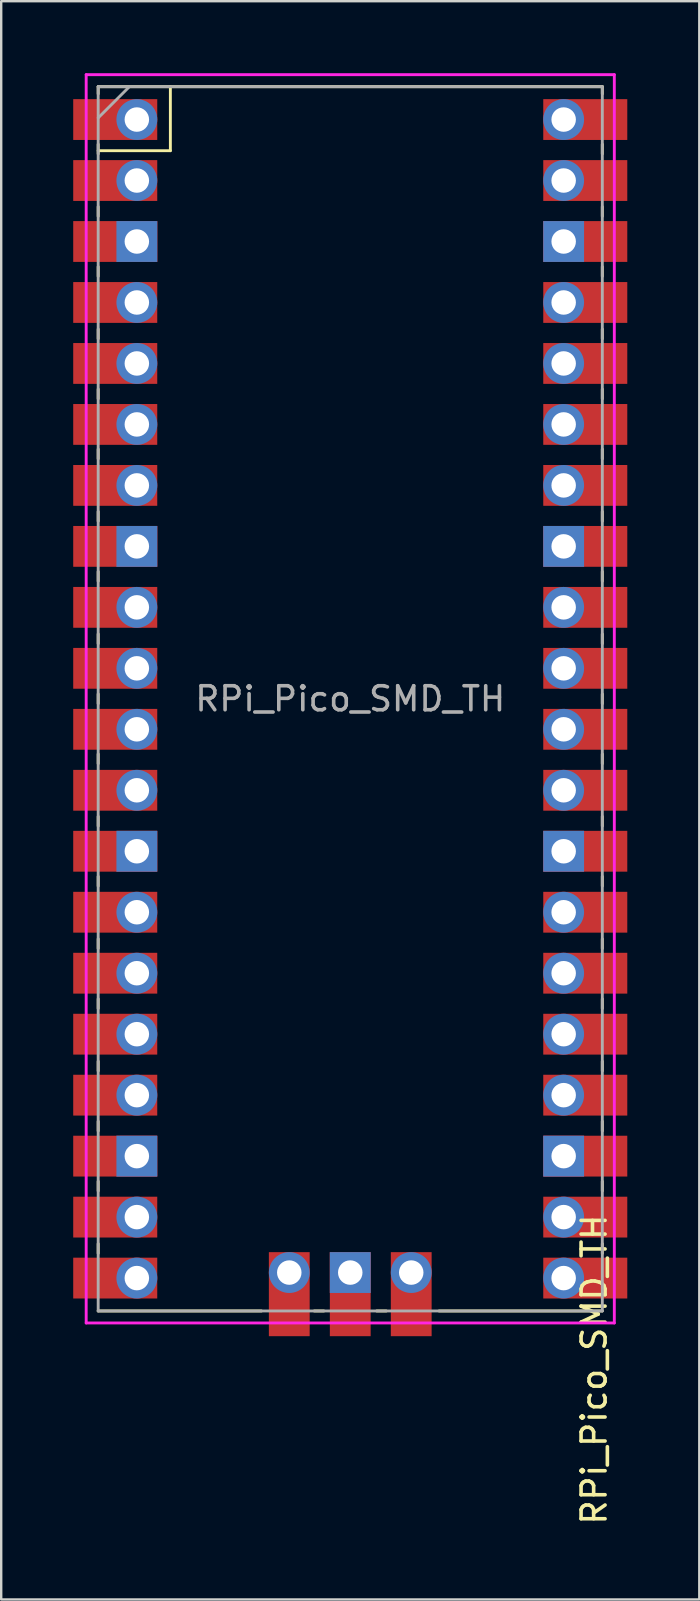
<source format=kicad_pcb>
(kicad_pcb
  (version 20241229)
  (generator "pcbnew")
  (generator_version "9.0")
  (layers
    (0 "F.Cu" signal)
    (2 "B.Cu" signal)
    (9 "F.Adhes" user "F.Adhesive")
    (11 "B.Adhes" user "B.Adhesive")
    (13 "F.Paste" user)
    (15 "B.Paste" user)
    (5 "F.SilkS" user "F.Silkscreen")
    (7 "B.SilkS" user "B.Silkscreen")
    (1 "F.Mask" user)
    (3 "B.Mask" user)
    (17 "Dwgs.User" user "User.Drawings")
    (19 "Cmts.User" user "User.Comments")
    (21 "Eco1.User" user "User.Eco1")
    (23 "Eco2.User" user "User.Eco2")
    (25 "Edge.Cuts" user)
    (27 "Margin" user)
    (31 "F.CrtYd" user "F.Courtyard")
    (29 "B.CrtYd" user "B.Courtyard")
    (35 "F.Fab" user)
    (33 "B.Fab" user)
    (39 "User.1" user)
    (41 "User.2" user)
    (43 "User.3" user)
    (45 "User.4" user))
  (footprint "RPi_Pico_SMD_TH"
    (layer "F.Cu")
    (at 11.54 26.06)
    (property "Reference" "RPi_Pico_SMD_TH" (at 10.16 27.94 90) (layer "F.SilkS") (effects (font (size 1 1) (thickness 0.15))))
    (attr through_hole)
    (fp_line (start -10.5 -25.5) (end -10.5 -25.2) (stroke (width 0.12) (type solid)) (layer "F.SilkS"))
    (fp_line (start -10.5 -25.5) (end 10.5 -25.5) (stroke (width 0.12) (type solid)) (layer "F.SilkS"))
    (fp_line (start -10.5 -23.1) (end -10.5 -22.7) (stroke (width 0.12) (type solid)) (layer "F.SilkS"))
    (fp_line (start -10.5 -22.833) (end -7.493 -22.833) (stroke (width 0.12) (type solid)) (layer "F.SilkS"))
    (fp_line (start -10.5 -20.5) (end -10.5 -20.1) (stroke (width 0.12) (type solid)) (layer "F.SilkS"))
    (fp_line (start -10.5 -18) (end -10.5 -17.6) (stroke (width 0.12) (type solid)) (layer "F.SilkS"))
    (fp_line (start -10.5 -15.4) (end -10.5 -15) (stroke (width 0.12) (type solid)) (layer "F.SilkS"))
    (fp_line (start -10.5 -12.9) (end -10.5 -12.5) (stroke (width 0.12) (type solid)) (layer "F.SilkS"))
    (fp_line (start -10.5 -10.4) (end -10.5 -10) (stroke (width 0.12) (type solid)) (layer "F.SilkS"))
    (fp_line (start -10.5 -7.8) (end -10.5 -7.4) (stroke (width 0.12) (type solid)) (layer "F.SilkS"))
    (fp_line (start -10.5 -5.3) (end -10.5 -4.9) (stroke (width 0.12) (type solid)) (layer "F.SilkS"))
    (fp_line (start -10.5 -2.7) (end -10.5 -2.3) (stroke (width 0.12) (type solid)) (layer "F.SilkS"))
    (fp_line (start -10.5 -0.2) (end -10.5 0.2) (stroke (width 0.12) (type solid)) (layer "F.SilkS"))
    (fp_line (start -10.5 2.3) (end -10.5 2.7) (stroke (width 0.12) (type solid)) (layer "F.SilkS"))
    (fp_line (start -10.5 4.9) (end -10.5 5.3) (stroke (width 0.12) (type solid)) (layer "F.SilkS"))
    (fp_line (start -10.5 7.4) (end -10.5 7.8) (stroke (width 0.12) (type solid)) (layer "F.SilkS"))
    (fp_line (start -10.5 10) (end -10.5 10.4) (stroke (width 0.12) (type solid)) (layer "F.SilkS"))
    (fp_line (start -10.5 12.5) (end -10.5 12.9) (stroke (width 0.12) (type solid)) (layer "F.SilkS"))
    (fp_line (start -10.5 15.1) (end -10.5 15.5) (stroke (width 0.12) (type solid)) (layer "F.SilkS"))
    (fp_line (start -10.5 17.6) (end -10.5 18) (stroke (width 0.12) (type solid)) (layer "F.SilkS"))
    (fp_line (start -10.5 20.1) (end -10.5 20.5) (stroke (width 0.12) (type solid)) (layer "F.SilkS"))
    (fp_line (start -10.5 22.7) (end -10.5 23.1) (stroke (width 0.12) (type solid)) (layer "F.SilkS"))
    (fp_line (start -7.493 -22.833) (end -7.493 -25.5) (stroke (width 0.12) (type solid)) (layer "F.SilkS"))
    (fp_line (start -3.7 25.5) (end -10.5 25.5) (stroke (width 0.12) (type solid)) (layer "F.SilkS"))
    (fp_line (start -1.5 25.5) (end -1.1 25.5) (stroke (width 0.12) (type solid)) (layer "F.SilkS"))
    (fp_line (start 1.1 25.5) (end 1.5 25.5) (stroke (width 0.12) (type solid)) (layer "F.SilkS"))
    (fp_line (start 10.5 -25.5) (end 10.5 -25.2) (stroke (width 0.12) (type solid)) (layer "F.SilkS"))
    (fp_line (start 10.5 -23.1) (end 10.5 -22.7) (stroke (width 0.12) (type solid)) (layer "F.SilkS"))
    (fp_line (start 10.5 -20.5) (end 10.5 -20.1) (stroke (width 0.12) (type solid)) (layer "F.SilkS"))
    (fp_line (start 10.5 -18) (end 10.5 -17.6) (stroke (width 0.12) (type solid)) (layer "F.SilkS"))
    (fp_line (start 10.5 -15.4) (end 10.5 -15) (stroke (width 0.12) (type solid)) (layer "F.SilkS"))
    (fp_line (start 10.5 -12.9) (end 10.5 -12.5) (stroke (width 0.12) (type solid)) (layer "F.SilkS"))
    (fp_line (start 10.5 -10.4) (end 10.5 -10) (stroke (width 0.12) (type solid)) (layer "F.SilkS"))
    (fp_line (start 10.5 -7.8) (end 10.5 -7.4) (stroke (width 0.12) (type solid)) (layer "F.SilkS"))
    (fp_line (start 10.5 -5.3) (end 10.5 -4.9) (stroke (width 0.12) (type solid)) (layer "F.SilkS"))
    (fp_line (start 10.5 -2.7) (end 10.5 -2.3) (stroke (width 0.12) (type solid)) (layer "F.SilkS"))
    (fp_line (start 10.5 -0.2) (end 10.5 0.2) (stroke (width 0.12) (type solid)) (layer "F.SilkS"))
    (fp_line (start 10.5 2.3) (end 10.5 2.7) (stroke (width 0.12) (type solid)) (layer "F.SilkS"))
    (fp_line (start 10.5 4.9) (end 10.5 5.3) (stroke (width 0.12) (type solid)) (layer "F.SilkS"))
    (fp_line (start 10.5 7.4) (end 10.5 7.8) (stroke (width 0.12) (type solid)) (layer "F.SilkS"))
    (fp_line (start 10.5 10) (end 10.5 10.4) (stroke (width 0.12) (type solid)) (layer "F.SilkS"))
    (fp_line (start 10.5 12.5) (end 10.5 12.9) (stroke (width 0.12) (type solid)) (layer "F.SilkS"))
    (fp_line (start 10.5 15.1) (end 10.5 15.5) (stroke (width 0.12) (type solid)) (layer "F.SilkS"))
    (fp_line (start 10.5 17.6) (end 10.5 18) (stroke (width 0.12) (type solid)) (layer "F.SilkS"))
    (fp_line (start 10.5 20.1) (end 10.5 20.5) (stroke (width 0.12) (type solid)) (layer "F.SilkS"))
    (fp_line (start 10.5 22.7) (end 10.5 23.1) (stroke (width 0.12) (type solid)) (layer "F.SilkS"))
    (fp_line (start 10.5 25.5) (end 3.7 25.5) (stroke (width 0.12) (type solid)) (layer "F.SilkS"))
    (fp_line (start -11 -26) (end 11 -26) (stroke (width 0.12) (type solid)) (layer "F.CrtYd"))
    (fp_line (start -11 26) (end -11 -26) (stroke (width 0.12) (type solid)) (layer "F.CrtYd"))
    (fp_line (start 11 -26) (end 11 26) (stroke (width 0.12) (type solid)) (layer "F.CrtYd"))
    (fp_line (start 11 26) (end -11 26) (stroke (width 0.12) (type solid)) (layer "F.CrtYd"))
    (fp_line (start -10.5 -25.5) (end 10.5 -25.5) (stroke (width 0.12) (type solid)) (layer "F.Fab"))
    (fp_line (start -10.5 -24.2) (end -9.2 -25.5) (stroke (width 0.12) (type solid)) (layer "F.Fab"))
    (fp_line (start -10.5 25.5) (end -10.5 -25.5) (stroke (width 0.12) (type solid)) (layer "F.Fab"))
    (fp_line (start 10.5 -25.5) (end 10.5 25.5) (stroke (width 0.12) (type solid)) (layer "F.Fab"))
    (fp_line (start 10.5 25.5) (end -10.5 25.5) (stroke (width 0.12) (type solid)) (layer "F.Fab"))
    (fp_text user "${REFERENCE}" (at 0 0 180) (layer "F.Fab") (effects (font (size 1 1) (thickness 0.15))))
    (pad "1" thru_hole oval (at -8.89 -24.13) (size 1.7 1.7) (drill 1.02) (layers "*.Cu" "*.Mask"))
    (pad "1" smd rect (at -8.89 -24.13) (size 3.5 1.7) (drill (offset -0.9 0)) (layers "F.Cu" "F.Mask"))
    (pad "2" thru_hole oval (at -8.89 -21.59) (size 1.7 1.7) (drill 1.02) (layers "*.Cu" "*.Mask"))
    (pad "2" smd rect (at -8.89 -21.59) (size 3.5 1.7) (drill (offset -0.9 0)) (layers "F.Cu" "F.Mask"))
    (pad "3" thru_hole rect (at -8.89 -19.05) (size 1.7 1.7) (drill 1.02) (layers "*.Cu" "*.Mask"))
    (pad "3" smd rect (at -8.89 -19.05) (size 3.5 1.7) (drill (offset -0.9 0)) (layers "F.Cu" "F.Mask"))
    (pad "4" thru_hole oval (at -8.89 -16.51) (size 1.7 1.7) (drill 1.02) (layers "*.Cu" "*.Mask"))
    (pad "4" smd rect (at -8.89 -16.51) (size 3.5 1.7) (drill (offset -0.9 0)) (layers "F.Cu" "F.Mask"))
    (pad "5" thru_hole oval (at -8.89 -13.97) (size 1.7 1.7) (drill 1.02) (layers "*.Cu" "*.Mask"))
    (pad "5" smd rect (at -8.89 -13.97) (size 3.5 1.7) (drill (offset -0.9 0)) (layers "F.Cu" "F.Mask"))
    (pad "6" thru_hole oval (at -8.89 -11.43) (size 1.7 1.7) (drill 1.02) (layers "*.Cu" "*.Mask"))
    (pad "6" smd rect (at -8.89 -11.43) (size 3.5 1.7) (drill (offset -0.9 0)) (layers "F.Cu" "F.Mask"))
    (pad "7" thru_hole oval (at -8.89 -8.89) (size 1.7 1.7) (drill 1.02) (layers "*.Cu" "*.Mask"))
    (pad "7" smd rect (at -8.89 -8.89) (size 3.5 1.7) (drill (offset -0.9 0)) (layers "F.Cu" "F.Mask"))
    (pad "8" thru_hole rect (at -8.89 -6.35) (size 1.7 1.7) (drill 1.02) (layers "*.Cu" "*.Mask"))
    (pad "8" smd rect (at -8.89 -6.35) (size 3.5 1.7) (drill (offset -0.9 0)) (layers "F.Cu" "F.Mask"))
    (pad "9" thru_hole oval (at -8.89 -3.81) (size 1.7 1.7) (drill 1.02) (layers "*.Cu" "*.Mask"))
    (pad "9" smd rect (at -8.89 -3.81) (size 3.5 1.7) (drill (offset -0.9 0)) (layers "F.Cu" "F.Mask"))
    (pad "10" thru_hole oval (at -8.89 -1.27) (size 1.7 1.7) (drill 1.02) (layers "*.Cu" "*.Mask"))
    (pad "10" smd rect (at -8.89 -1.27) (size 3.5 1.7) (drill (offset -0.9 0)) (layers "F.Cu" "F.Mask"))
    (pad "11" thru_hole oval (at -8.89 1.27) (size 1.7 1.7) (drill 1.02) (layers "*.Cu" "*.Mask"))
    (pad "11" smd rect (at -8.89 1.27) (size 3.5 1.7) (drill (offset -0.9 0)) (layers "F.Cu" "F.Mask"))
    (pad "12" thru_hole oval (at -8.89 3.81) (size 1.7 1.7) (drill 1.02) (layers "*.Cu" "*.Mask"))
    (pad "12" smd rect (at -8.89 3.81) (size 3.5 1.7) (drill (offset -0.9 0)) (layers "F.Cu" "F.Mask"))
    (pad "13" thru_hole rect (at -8.89 6.35) (size 1.7 1.7) (drill 1.02) (layers "*.Cu" "*.Mask"))
    (pad "13" smd rect (at -8.89 6.35) (size 3.5 1.7) (drill (offset -0.9 0)) (layers "F.Cu" "F.Mask"))
    (pad "14" thru_hole oval (at -8.89 8.89) (size 1.7 1.7) (drill 1.02) (layers "*.Cu" "*.Mask"))
    (pad "14" smd rect (at -8.89 8.89) (size 3.5 1.7) (drill (offset -0.9 0)) (layers "F.Cu" "F.Mask"))
    (pad "15" thru_hole oval (at -8.89 11.43) (size 1.7 1.7) (drill 1.02) (layers "*.Cu" "*.Mask"))
    (pad "15" smd rect (at -8.89 11.43) (size 3.5 1.7) (drill (offset -0.9 0)) (layers "F.Cu" "F.Mask"))
    (pad "16" thru_hole oval (at -8.89 13.97) (size 1.7 1.7) (drill 1.02) (layers "*.Cu" "*.Mask"))
    (pad "16" smd rect (at -8.89 13.97) (size 3.5 1.7) (drill (offset -0.9 0)) (layers "F.Cu" "F.Mask"))
    (pad "17" thru_hole oval (at -8.89 16.51) (size 1.7 1.7) (drill 1.02) (layers "*.Cu" "*.Mask"))
    (pad "17" smd rect (at -8.89 16.51) (size 3.5 1.7) (drill (offset -0.9 0)) (layers "F.Cu" "F.Mask"))
    (pad "18" thru_hole rect (at -8.89 19.05) (size 1.7 1.7) (drill 1.02) (layers "*.Cu" "*.Mask"))
    (pad "18" smd rect (at -8.89 19.05) (size 3.5 1.7) (drill (offset -0.9 0)) (layers "F.Cu" "F.Mask"))
    (pad "19" thru_hole oval (at -8.89 21.59) (size 1.7 1.7) (drill 1.02) (layers "*.Cu" "*.Mask"))
    (pad "19" smd rect (at -8.89 21.59) (size 3.5 1.7) (drill (offset -0.9 0)) (layers "F.Cu" "F.Mask"))
    (pad "20" thru_hole oval (at -8.89 24.13) (size 1.7 1.7) (drill 1.02) (layers "*.Cu" "*.Mask"))
    (pad "20" smd rect (at -8.89 24.13) (size 3.5 1.7) (drill (offset -0.9 0)) (layers "F.Cu" "F.Mask"))
    (pad "21" thru_hole oval (at 8.89 24.13) (size 1.7 1.7) (drill 1.02) (layers "*.Cu" "*.Mask"))
    (pad "21" smd rect (at 8.89 24.13) (size 3.5 1.7) (drill (offset 0.9 0)) (layers "F.Cu" "F.Mask"))
    (pad "22" thru_hole oval (at 8.89 21.59) (size 1.7 1.7) (drill 1.02) (layers "*.Cu" "*.Mask"))
    (pad "22" smd rect (at 8.89 21.59) (size 3.5 1.7) (drill (offset 0.9 0)) (layers "F.Cu" "F.Mask"))
    (pad "23" thru_hole rect (at 8.89 19.05) (size 1.7 1.7) (drill 1.02) (layers "*.Cu" "*.Mask"))
    (pad "23" smd rect (at 8.89 19.05) (size 3.5 1.7) (drill (offset 0.9 0)) (layers "F.Cu" "F.Mask"))
    (pad "24" thru_hole oval (at 8.89 16.51) (size 1.7 1.7) (drill 1.02) (layers "*.Cu" "*.Mask"))
    (pad "24" smd rect (at 8.89 16.51) (size 3.5 1.7) (drill (offset 0.9 0)) (layers "F.Cu" "F.Mask"))
    (pad "25" thru_hole oval (at 8.89 13.97) (size 1.7 1.7) (drill 1.02) (layers "*.Cu" "*.Mask"))
    (pad "25" smd rect (at 8.89 13.97) (size 3.5 1.7) (drill (offset 0.9 0)) (layers "F.Cu" "F.Mask"))
    (pad "26" thru_hole oval (at 8.89 11.43) (size 1.7 1.7) (drill 1.02) (layers "*.Cu" "*.Mask"))
    (pad "26" smd rect (at 8.89 11.43) (size 3.5 1.7) (drill (offset 0.9 0)) (layers "F.Cu" "F.Mask"))
    (pad "27" thru_hole oval (at 8.89 8.89) (size 1.7 1.7) (drill 1.02) (layers "*.Cu" "*.Mask"))
    (pad "27" smd rect (at 8.89 8.89) (size 3.5 1.7) (drill (offset 0.9 0)) (layers "F.Cu" "F.Mask"))
    (pad "28" thru_hole rect (at 8.89 6.35) (size 1.7 1.7) (drill 1.02) (layers "*.Cu" "*.Mask"))
    (pad "28" smd rect (at 8.89 6.35) (size 3.5 1.7) (drill (offset 0.9 0)) (layers "F.Cu" "F.Mask"))
    (pad "29" thru_hole oval (at 8.89 3.81) (size 1.7 1.7) (drill 1.02) (layers "*.Cu" "*.Mask"))
    (pad "29" smd rect (at 8.89 3.81) (size 3.5 1.7) (drill (offset 0.9 0)) (layers "F.Cu" "F.Mask"))
    (pad "30" thru_hole oval (at 8.89 1.27) (size 1.7 1.7) (drill 1.02) (layers "*.Cu" "*.Mask"))
    (pad "30" smd rect (at 8.89 1.27) (size 3.5 1.7) (drill (offset 0.9 0)) (layers "F.Cu" "F.Mask"))
    (pad "31" thru_hole oval (at 8.89 -1.27) (size 1.7 1.7) (drill 1.02) (layers "*.Cu" "*.Mask"))
    (pad "31" smd rect (at 8.89 -1.27) (size 3.5 1.7) (drill (offset 0.9 0)) (layers "F.Cu" "F.Mask"))
    (pad "32" thru_hole oval (at 8.89 -3.81) (size 1.7 1.7) (drill 1.02) (layers "*.Cu" "*.Mask"))
    (pad "32" smd rect (at 8.89 -3.81) (size 3.5 1.7) (drill (offset 0.9 0)) (layers "F.Cu" "F.Mask"))
    (pad "33" thru_hole rect (at 8.89 -6.35) (size 1.7 1.7) (drill 1.02) (layers "*.Cu" "*.Mask"))
    (pad "33" smd rect (at 8.89 -6.35) (size 3.5 1.7) (drill (offset 0.9 0)) (layers "F.Cu" "F.Mask"))
    (pad "34" thru_hole oval (at 8.89 -8.89) (size 1.7 1.7) (drill 1.02) (layers "*.Cu" "*.Mask"))
    (pad "34" smd rect (at 8.89 -8.89) (size 3.5 1.7) (drill (offset 0.9 0)) (layers "F.Cu" "F.Mask"))
    (pad "35" thru_hole oval (at 8.89 -11.43) (size 1.7 1.7) (drill 1.02) (layers "*.Cu" "*.Mask"))
    (pad "35" smd rect (at 8.89 -11.43) (size 3.5 1.7) (drill (offset 0.9 0)) (layers "F.Cu" "F.Mask"))
    (pad "36" thru_hole oval (at 8.89 -13.97) (size 1.7 1.7) (drill 1.02) (layers "*.Cu" "*.Mask"))
    (pad "36" smd rect (at 8.89 -13.97) (size 3.5 1.7) (drill (offset 0.9 0)) (layers "F.Cu" "F.Mask"))
    (pad "37" thru_hole oval (at 8.89 -16.51) (size 1.7 1.7) (drill 1.02) (layers "*.Cu" "*.Mask"))
    (pad "37" smd rect (at 8.89 -16.51) (size 3.5 1.7) (drill (offset 0.9 0)) (layers "F.Cu" "F.Mask"))
    (pad "38" thru_hole rect (at 8.89 -19.05) (size 1.7 1.7) (drill 1.02) (layers "*.Cu" "*.Mask"))
    (pad "38" smd rect (at 8.89 -19.05) (size 3.5 1.7) (drill (offset 0.9 0)) (layers "F.Cu" "F.Mask"))
    (pad "39" thru_hole oval (at 8.89 -21.59) (size 1.7 1.7) (drill 1.02) (layers "*.Cu" "*.Mask"))
    (pad "39" smd rect (at 8.89 -21.59) (size 3.5 1.7) (drill (offset 0.9 0)) (layers "F.Cu" "F.Mask"))
    (pad "40" thru_hole oval (at 8.89 -24.13) (size 1.7 1.7) (drill 1.02) (layers "*.Cu" "*.Mask"))
    (pad "40" smd rect (at 8.89 -24.13) (size 3.5 1.7) (drill (offset 0.9 0)) (layers "F.Cu" "F.Mask"))
    (pad "41" thru_hole oval (at -2.54 23.9) (size 1.7 1.7) (drill 1.02) (layers "*.Cu" "*.Mask"))
    (pad "41" smd rect (at -2.54 23.9 90) (size 3.5 1.7) (drill (offset -0.9 0)) (layers "F.Cu" "F.Mask"))
    (pad "42" thru_hole rect (at 0 23.9) (size 1.7 1.7) (drill 1.02) (layers "*.Cu" "*.Mask"))
    (pad "42" smd rect (at 0 23.9 90) (size 3.5 1.7) (drill (offset -0.9 0)) (layers "F.Cu" "F.Mask"))
    (pad "43" thru_hole oval (at 2.54 23.9) (size 1.7 1.7) (drill 1.02) (layers "*.Cu" "*.Mask"))
    (pad "43" smd rect (at 2.54 23.9 90) (size 3.5 1.7) (drill (offset -0.9 0)) (layers "F.Cu" "F.Mask")))
  (gr_rect
    (start -3 -3)
    (end 26.08 63.577)
    (stroke (width 0.1) (type default))
    (fill no)
    (layer "Edge.Cuts")))
</source>
